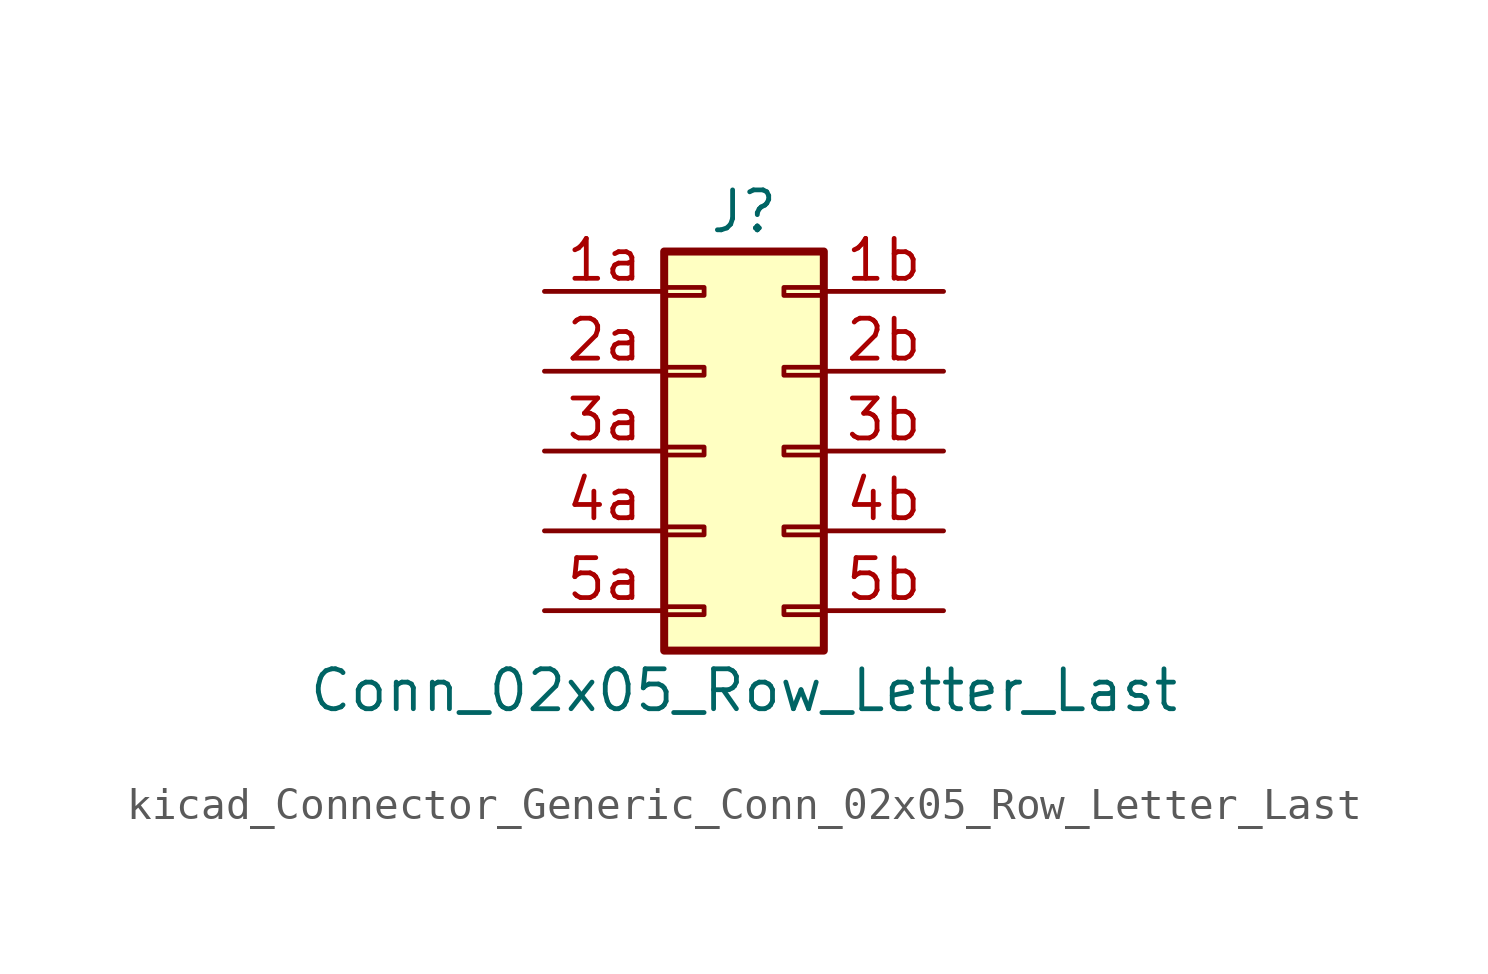
<source format=kicad_sym>
(kicad_symbol_lib
  (version 20220914)
  (generator kicad_symbol_editor)
  (symbol "kicad_Connector_Generic_Conn_02x05_Row_Letter_Last"
    (pin_names
      (offset 1.016) hide)
    (property "Reference" "J"
      (at 1.27 7.62 0)
      (effects (font (size 1.27 1.27))))
    (property "Value" "Conn_02x05_Row_Letter_Last"
      (at 1.27 -7.62 0)
      (effects (font (size 1.27 1.27))))
    (symbol "kicad_Connector_Generic_Conn_02x05_Row_Letter_Last_1_1"
      (rectangle (start -1.27 -4.953) (end 0 -5.207) (stroke (width 0.152) (type default)) (fill (type none)))
      (rectangle (start -1.27 -2.413) (end 0 -2.667) (stroke (width 0.152) (type default)) (fill (type none)))
      (rectangle (start -1.27 0.127) (end 0 -0.127) (stroke (width 0.152) (type default)) (fill (type none)))
      (rectangle (start -1.27 2.667) (end 0 2.413) (stroke (width 0.152) (type default)) (fill (type none)))
      (rectangle (start -1.27 5.207) (end 0 4.953) (stroke (width 0.152) (type default)) (fill (type none)))
      (rectangle (start -1.27 6.35) (end 3.81 -6.35) (stroke (width 0.254) (type default)) (fill (type background)))
      (rectangle (start 3.81 -4.953) (end 2.54 -5.207) (stroke (width 0.152) (type default)) (fill (type none)))
      (rectangle (start 3.81 -2.413) (end 2.54 -2.667) (stroke (width 0.152) (type default)) (fill (type none)))
      (rectangle (start 3.81 0.127) (end 2.54 -0.127) (stroke (width 0.152) (type default)) (fill (type none)))
      (rectangle (start 3.81 2.667) (end 2.54 2.413) (stroke (width 0.152) (type default)) (fill (type none)))
      (rectangle (start 3.81 5.207) (end 2.54 4.953) (stroke (width 0.152) (type default)) (fill (type none)))
      (pin passive line (at -5.08 5.08 0) (length 3.81) (name "Pin_1a" (effects (font (size 1.27 1.27)))) (number "1a" (effects (font (size 1.27 1.27)))))
      (pin passive line (at 7.62 5.08 180) (length 3.81) (name "Pin_1b" (effects (font (size 1.27 1.27)))) (number "1b" (effects (font (size 1.27 1.27)))))
      (pin passive line (at -5.08 2.54 0) (length 3.81) (name "Pin_2a" (effects (font (size 1.27 1.27)))) (number "2a" (effects (font (size 1.27 1.27)))))
      (pin passive line (at 7.62 2.54 180) (length 3.81) (name "Pin_2b" (effects (font (size 1.27 1.27)))) (number "2b" (effects (font (size 1.27 1.27)))))
      (pin passive line (at -5.08 0 0) (length 3.81) (name "Pin_3a" (effects (font (size 1.27 1.27)))) (number "3a" (effects (font (size 1.27 1.27)))))
      (pin passive line (at 7.62 0 180) (length 3.81) (name "Pin_3b" (effects (font (size 1.27 1.27)))) (number "3b" (effects (font (size 1.27 1.27)))))
      (pin passive line (at -5.08 -2.54 0) (length 3.81) (name "Pin_4a" (effects (font (size 1.27 1.27)))) (number "4a" (effects (font (size 1.27 1.27)))))
      (pin passive line (at 7.62 -2.54 180) (length 3.81) (name "Pin_4b" (effects (font (size 1.27 1.27)))) (number "4b" (effects (font (size 1.27 1.27)))))
      (pin passive line (at -5.08 -5.08 0) (length 3.81) (name "Pin_5a" (effects (font (size 1.27 1.27)))) (number "5a" (effects (font (size 1.27 1.27)))))
      (pin passive line (at 7.62 -5.08 180) (length 3.81) (name "Pin_5b" (effects (font (size 1.27 1.27)))) (number "5b" (effects (font (size 1.27 1.27))))))))
</source>
